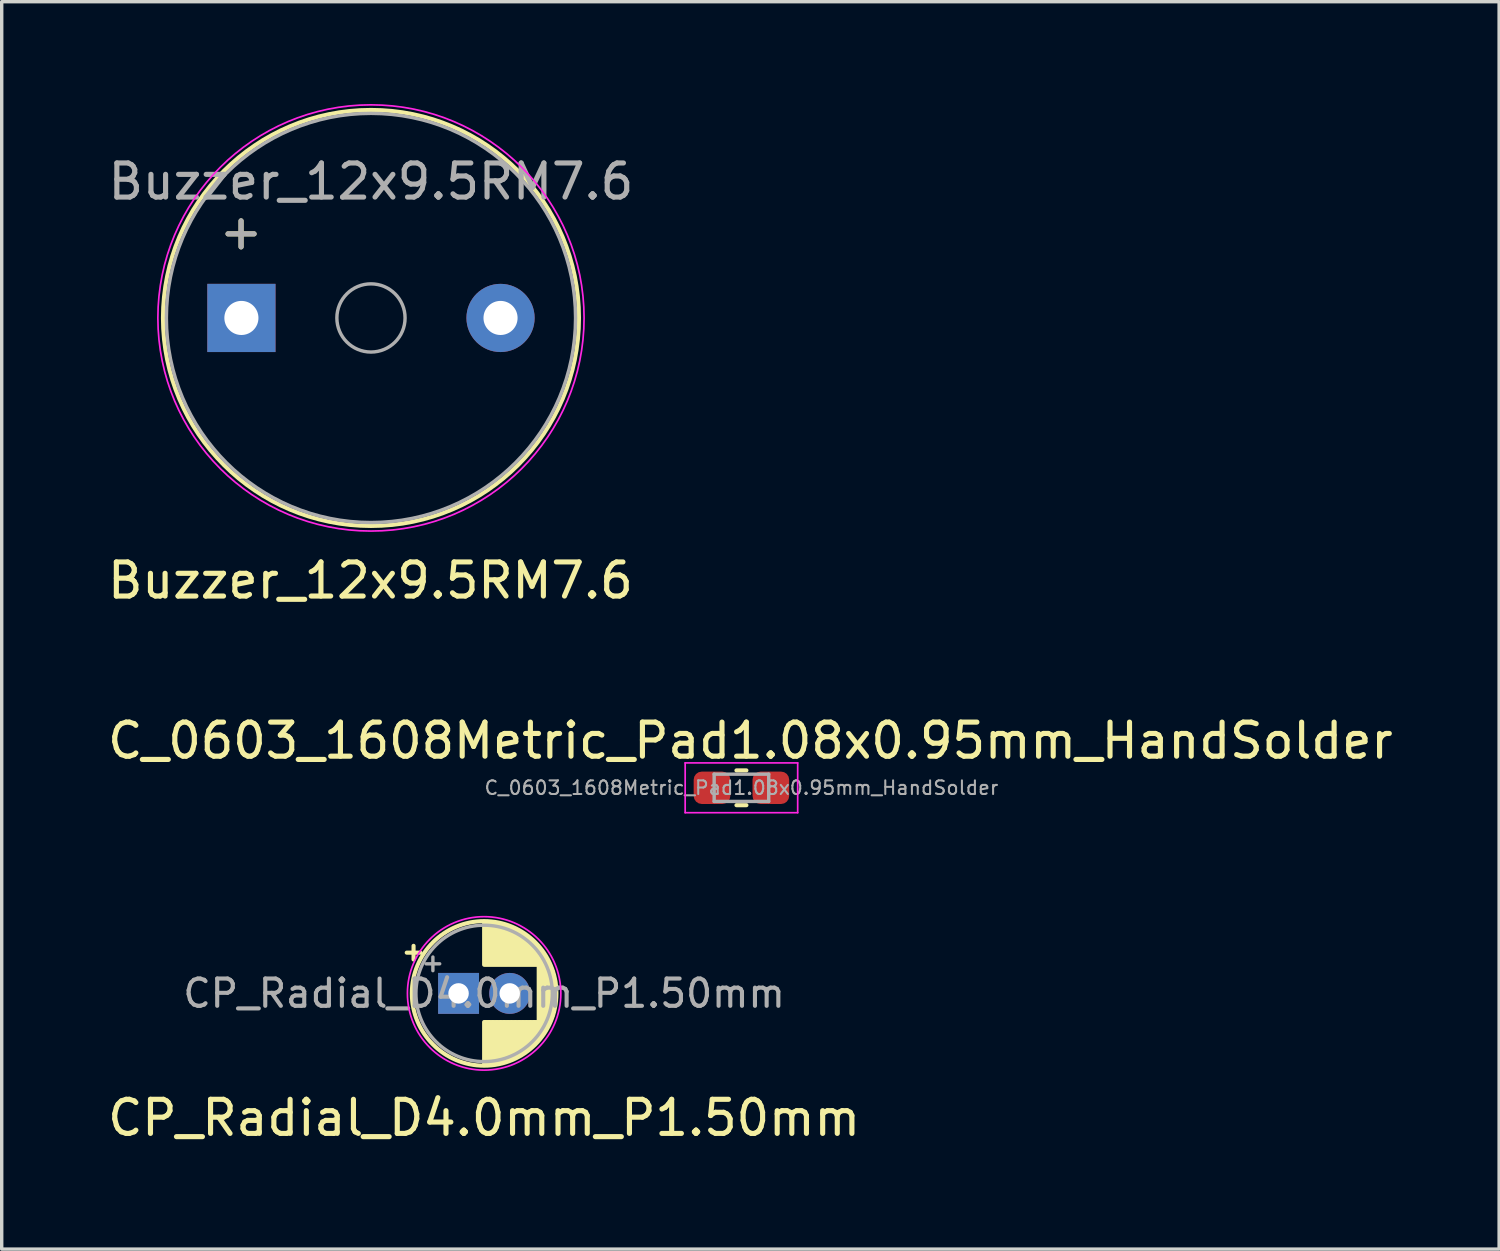
<source format=kicad_pcb>
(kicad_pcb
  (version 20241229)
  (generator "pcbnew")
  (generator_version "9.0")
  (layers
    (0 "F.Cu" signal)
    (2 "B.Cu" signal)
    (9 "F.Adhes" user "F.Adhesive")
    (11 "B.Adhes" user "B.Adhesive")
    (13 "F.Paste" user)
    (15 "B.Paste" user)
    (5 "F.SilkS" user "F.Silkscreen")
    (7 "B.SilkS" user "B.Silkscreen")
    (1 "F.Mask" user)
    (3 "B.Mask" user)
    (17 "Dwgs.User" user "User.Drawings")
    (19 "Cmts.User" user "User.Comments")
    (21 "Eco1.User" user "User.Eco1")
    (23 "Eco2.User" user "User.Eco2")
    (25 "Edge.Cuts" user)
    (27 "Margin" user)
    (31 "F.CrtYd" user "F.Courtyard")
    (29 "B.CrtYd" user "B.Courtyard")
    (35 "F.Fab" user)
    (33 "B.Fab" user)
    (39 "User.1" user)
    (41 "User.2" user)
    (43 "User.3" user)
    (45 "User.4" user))
  (footprint "CP_Radial_D4.0mm_P1.50mm"
    (layer "F.Cu")
    (at 10.399 26.085)
    (property "Reference" "CP_Radial_D4.0mm_P1.50mm" (at 0.75 3.651 180) (layer "F.SilkS") (effects (font (size 1 1) (thickness 0.15))))
    (attr through_hole)
    (fp_line (start -1.52 -1.195) (end -1.12 -1.195) (stroke (width 0.12) (type solid)) (layer "F.SilkS"))
    (fp_line (start -1.32 -1.395) (end -1.32 -0.995) (stroke (width 0.12) (type solid)) (layer "F.SilkS"))
    (fp_line (start 0.75 -2.08) (end 0.75 -0.84) (stroke (width 0.12) (type solid)) (layer "F.SilkS"))
    (fp_line (start 0.75 0.84) (end 0.75 2.08) (stroke (width 0.12) (type solid)) (layer "F.SilkS"))
    (fp_line (start 0.79 -2.08) (end 0.79 -0.84) (stroke (width 0.12) (type solid)) (layer "F.SilkS"))
    (fp_line (start 0.79 0.84) (end 0.79 2.08) (stroke (width 0.12) (type solid)) (layer "F.SilkS"))
    (fp_line (start 0.83 -2.079) (end 0.83 -0.84) (stroke (width 0.12) (type solid)) (layer "F.SilkS"))
    (fp_line (start 0.83 0.84) (end 0.83 2.079) (stroke (width 0.12) (type solid)) (layer "F.SilkS"))
    (fp_line (start 0.87 -2.077) (end 0.87 -0.84) (stroke (width 0.12) (type solid)) (layer "F.SilkS"))
    (fp_line (start 0.87 0.84) (end 0.87 2.077) (stroke (width 0.12) (type solid)) (layer "F.SilkS"))
    (fp_line (start 0.91 -2.074) (end 0.91 -0.84) (stroke (width 0.12) (type solid)) (layer "F.SilkS"))
    (fp_line (start 0.91 0.84) (end 0.91 2.074) (stroke (width 0.12) (type solid)) (layer "F.SilkS"))
    (fp_line (start 0.95 -2.071) (end 0.95 -0.84) (stroke (width 0.12) (type solid)) (layer "F.SilkS"))
    (fp_line (start 0.95 0.84) (end 0.95 2.071) (stroke (width 0.12) (type solid)) (layer "F.SilkS"))
    (fp_line (start 0.99 -2.067) (end 0.99 -0.84) (stroke (width 0.12) (type solid)) (layer "F.SilkS"))
    (fp_line (start 0.99 0.84) (end 0.99 2.067) (stroke (width 0.12) (type solid)) (layer "F.SilkS"))
    (fp_line (start 1.03 -2.062) (end 1.03 -0.84) (stroke (width 0.12) (type solid)) (layer "F.SilkS"))
    (fp_line (start 1.03 0.84) (end 1.03 2.062) (stroke (width 0.12) (type solid)) (layer "F.SilkS"))
    (fp_line (start 1.07 -2.056) (end 1.07 -0.84) (stroke (width 0.12) (type solid)) (layer "F.SilkS"))
    (fp_line (start 1.07 0.84) (end 1.07 2.056) (stroke (width 0.12) (type solid)) (layer "F.SilkS"))
    (fp_line (start 1.11 -2.05) (end 1.11 -0.84) (stroke (width 0.12) (type solid)) (layer "F.SilkS"))
    (fp_line (start 1.11 0.84) (end 1.11 2.05) (stroke (width 0.12) (type solid)) (layer "F.SilkS"))
    (fp_line (start 1.15 -2.042) (end 1.15 -0.84) (stroke (width 0.12) (type solid)) (layer "F.SilkS"))
    (fp_line (start 1.15 0.84) (end 1.15 2.042) (stroke (width 0.12) (type solid)) (layer "F.SilkS"))
    (fp_line (start 1.19 -2.034) (end 1.19 -0.84) (stroke (width 0.12) (type solid)) (layer "F.SilkS"))
    (fp_line (start 1.19 0.84) (end 1.19 2.034) (stroke (width 0.12) (type solid)) (layer "F.SilkS"))
    (fp_line (start 1.23 -2.025) (end 1.23 -0.84) (stroke (width 0.12) (type solid)) (layer "F.SilkS"))
    (fp_line (start 1.23 0.84) (end 1.23 2.025) (stroke (width 0.12) (type solid)) (layer "F.SilkS"))
    (fp_line (start 1.27 -2.016) (end 1.27 -0.84) (stroke (width 0.12) (type solid)) (layer "F.SilkS"))
    (fp_line (start 1.27 0.84) (end 1.27 2.016) (stroke (width 0.12) (type solid)) (layer "F.SilkS"))
    (fp_line (start 1.31 -2.005) (end 1.31 -0.84) (stroke (width 0.12) (type solid)) (layer "F.SilkS"))
    (fp_line (start 1.31 0.84) (end 1.31 2.005) (stroke (width 0.12) (type solid)) (layer "F.SilkS"))
    (fp_line (start 1.35 -1.994) (end 1.35 -0.84) (stroke (width 0.12) (type solid)) (layer "F.SilkS"))
    (fp_line (start 1.35 0.84) (end 1.35 1.994) (stroke (width 0.12) (type solid)) (layer "F.SilkS"))
    (fp_line (start 1.39 -1.982) (end 1.39 -0.84) (stroke (width 0.12) (type solid)) (layer "F.SilkS"))
    (fp_line (start 1.39 0.84) (end 1.39 1.982) (stroke (width 0.12) (type solid)) (layer "F.SilkS"))
    (fp_line (start 1.43 -1.968) (end 1.43 -0.84) (stroke (width 0.12) (type solid)) (layer "F.SilkS"))
    (fp_line (start 1.43 0.84) (end 1.43 1.968) (stroke (width 0.12) (type solid)) (layer "F.SilkS"))
    (fp_line (start 1.471 -1.954) (end 1.471 -0.84) (stroke (width 0.12) (type solid)) (layer "F.SilkS"))
    (fp_line (start 1.471 0.84) (end 1.471 1.954) (stroke (width 0.12) (type solid)) (layer "F.SilkS"))
    (fp_line (start 1.511 -1.94) (end 1.511 -0.84) (stroke (width 0.12) (type solid)) (layer "F.SilkS"))
    (fp_line (start 1.511 0.84) (end 1.511 1.94) (stroke (width 0.12) (type solid)) (layer "F.SilkS"))
    (fp_line (start 1.551 -1.924) (end 1.551 -0.84) (stroke (width 0.12) (type solid)) (layer "F.SilkS"))
    (fp_line (start 1.551 0.84) (end 1.551 1.924) (stroke (width 0.12) (type solid)) (layer "F.SilkS"))
    (fp_line (start 1.591 -1.907) (end 1.591 -0.84) (stroke (width 0.12) (type solid)) (layer "F.SilkS"))
    (fp_line (start 1.591 0.84) (end 1.591 1.907) (stroke (width 0.12) (type solid)) (layer "F.SilkS"))
    (fp_line (start 1.631 -1.889) (end 1.631 -0.84) (stroke (width 0.12) (type solid)) (layer "F.SilkS"))
    (fp_line (start 1.631 0.84) (end 1.631 1.889) (stroke (width 0.12) (type solid)) (layer "F.SilkS"))
    (fp_line (start 1.671 -1.87) (end 1.671 -0.84) (stroke (width 0.12) (type solid)) (layer "F.SilkS"))
    (fp_line (start 1.671 0.84) (end 1.671 1.87) (stroke (width 0.12) (type solid)) (layer "F.SilkS"))
    (fp_line (start 1.711 -1.851) (end 1.711 -0.84) (stroke (width 0.12) (type solid)) (layer "F.SilkS"))
    (fp_line (start 1.711 0.84) (end 1.711 1.851) (stroke (width 0.12) (type solid)) (layer "F.SilkS"))
    (fp_line (start 1.751 -1.83) (end 1.751 -0.84) (stroke (width 0.12) (type solid)) (layer "F.SilkS"))
    (fp_line (start 1.751 0.84) (end 1.751 1.83) (stroke (width 0.12) (type solid)) (layer "F.SilkS"))
    (fp_line (start 1.791 -1.808) (end 1.791 -0.84) (stroke (width 0.12) (type solid)) (layer "F.SilkS"))
    (fp_line (start 1.791 0.84) (end 1.791 1.808) (stroke (width 0.12) (type solid)) (layer "F.SilkS"))
    (fp_line (start 1.831 -1.785) (end 1.831 -0.84) (stroke (width 0.12) (type solid)) (layer "F.SilkS"))
    (fp_line (start 1.831 0.84) (end 1.831 1.785) (stroke (width 0.12) (type solid)) (layer "F.SilkS"))
    (fp_line (start 1.871 -1.76) (end 1.871 -0.84) (stroke (width 0.12) (type solid)) (layer "F.SilkS"))
    (fp_line (start 1.871 0.84) (end 1.871 1.76) (stroke (width 0.12) (type solid)) (layer "F.SilkS"))
    (fp_line (start 1.911 -1.735) (end 1.911 -0.84) (stroke (width 0.12) (type solid)) (layer "F.SilkS"))
    (fp_line (start 1.911 0.84) (end 1.911 1.735) (stroke (width 0.12) (type solid)) (layer "F.SilkS"))
    (fp_line (start 1.951 -1.708) (end 1.951 -0.84) (stroke (width 0.12) (type solid)) (layer "F.SilkS"))
    (fp_line (start 1.951 0.84) (end 1.951 1.708) (stroke (width 0.12) (type solid)) (layer "F.SilkS"))
    (fp_line (start 1.991 -1.68) (end 1.991 -0.84) (stroke (width 0.12) (type solid)) (layer "F.SilkS"))
    (fp_line (start 1.991 0.84) (end 1.991 1.68) (stroke (width 0.12) (type solid)) (layer "F.SilkS"))
    (fp_line (start 2.031 -1.65) (end 2.031 -0.84) (stroke (width 0.12) (type solid)) (layer "F.SilkS"))
    (fp_line (start 2.031 0.84) (end 2.031 1.65) (stroke (width 0.12) (type solid)) (layer "F.SilkS"))
    (fp_line (start 2.071 -1.619) (end 2.071 -0.84) (stroke (width 0.12) (type solid)) (layer "F.SilkS"))
    (fp_line (start 2.071 0.84) (end 2.071 1.619) (stroke (width 0.12) (type solid)) (layer "F.SilkS"))
    (fp_line (start 2.111 -1.587) (end 2.111 -0.84) (stroke (width 0.12) (type solid)) (layer "F.SilkS"))
    (fp_line (start 2.111 0.84) (end 2.111 1.587) (stroke (width 0.12) (type solid)) (layer "F.SilkS"))
    (fp_line (start 2.151 -1.552) (end 2.151 -0.84) (stroke (width 0.12) (type solid)) (layer "F.SilkS"))
    (fp_line (start 2.151 0.84) (end 2.151 1.552) (stroke (width 0.12) (type solid)) (layer "F.SilkS"))
    (fp_line (start 2.191 -1.516) (end 2.191 -0.84) (stroke (width 0.12) (type solid)) (layer "F.SilkS"))
    (fp_line (start 2.191 0.84) (end 2.191 1.516) (stroke (width 0.12) (type solid)) (layer "F.SilkS"))
    (fp_line (start 2.231 -1.478) (end 2.231 -0.84) (stroke (width 0.12) (type solid)) (layer "F.SilkS"))
    (fp_line (start 2.231 0.84) (end 2.231 1.478) (stroke (width 0.12) (type solid)) (layer "F.SilkS"))
    (fp_line (start 2.271 -1.438) (end 2.271 -0.84) (stroke (width 0.12) (type solid)) (layer "F.SilkS"))
    (fp_line (start 2.271 0.84) (end 2.271 1.438) (stroke (width 0.12) (type solid)) (layer "F.SilkS"))
    (fp_line (start 2.311 -1.396) (end 2.311 -0.84) (stroke (width 0.12) (type solid)) (layer "F.SilkS"))
    (fp_line (start 2.311 0.84) (end 2.311 1.396) (stroke (width 0.12) (type solid)) (layer "F.SilkS"))
    (fp_line (start 2.351 -1.351) (end 2.351 1.351) (stroke (width 0.12) (type solid)) (layer "F.SilkS"))
    (fp_line (start 2.391 -1.304) (end 2.391 1.304) (stroke (width 0.12) (type solid)) (layer "F.SilkS"))
    (fp_line (start 2.431 -1.254) (end 2.431 1.254) (stroke (width 0.12) (type solid)) (layer "F.SilkS"))
    (fp_line (start 2.471 -1.2) (end 2.471 1.2) (stroke (width 0.12) (type solid)) (layer "F.SilkS"))
    (fp_line (start 2.511 -1.142) (end 2.511 1.142) (stroke (width 0.12) (type solid)) (layer "F.SilkS"))
    (fp_line (start 2.551 -1.08) (end 2.551 1.08) (stroke (width 0.12) (type solid)) (layer "F.SilkS"))
    (fp_line (start 2.591 -1.013) (end 2.591 1.013) (stroke (width 0.12) (type solid)) (layer "F.SilkS"))
    (fp_line (start 2.631 -0.94) (end 2.631 0.94) (stroke (width 0.12) (type solid)) (layer "F.SilkS"))
    (fp_line (start 2.671 -0.859) (end 2.671 0.859) (stroke (width 0.12) (type solid)) (layer "F.SilkS"))
    (fp_line (start 2.711 -0.768) (end 2.711 0.768) (stroke (width 0.12) (type solid)) (layer "F.SilkS"))
    (fp_line (start 2.751 -0.664) (end 2.751 0.664) (stroke (width 0.12) (type solid)) (layer "F.SilkS"))
    (fp_line (start 2.791 -0.537) (end 2.791 0.537) (stroke (width 0.12) (type solid)) (layer "F.SilkS"))
    (fp_line (start 2.831 -0.37) (end 2.831 0.37) (stroke (width 0.12) (type solid)) (layer "F.SilkS"))
    (fp_circle (center 0.75 0) (end 2.87 0) (stroke (width 0.12) (type solid)) (fill no) (layer "F.SilkS"))
    (fp_circle (center 0.75 0) (end 3 0) (stroke (width 0.05) (type solid)) (fill no) (layer "F.CrtYd"))
    (fp_line (start -0.953 -0.868) (end -0.553 -0.868) (stroke (width 0.1) (type solid)) (layer "F.Fab"))
    (fp_line (start -0.753 -1.067) (end -0.753 -0.667) (stroke (width 0.1) (type solid)) (layer "F.Fab"))
    (fp_circle (center 0.75 0) (end 2.75 0) (stroke (width 0.1) (type solid)) (fill no) (layer "F.Fab"))
    (fp_text user "${REFERENCE}" (at 0.75 0 180) (layer "F.Fab") (effects (font (size 0.8 0.8) (thickness 0.12))))
    (pad "1" thru_hole rect (at 0 0) (size 1.2 1.2) (drill 0.6) (layers "*.Cu" "*.Mask"))
    (pad "2" thru_hole circle (at 1.5 0) (size 1.2 1.2) (drill 0.6) (layers "*.Cu" "*.Mask")))
  (footprint "Buzzer_12x9.5RM7.6"
    (layer "F.Cu")
    (at 4.03 6.275)
    (property "Reference" "Buzzer_12x9.5RM7.6" (at 3.785 7.701 180) (layer "F.SilkS") (effects (font (size 1 1) (thickness 0.15))))
    (attr through_hole)
    (fp_circle (center 3.8 0) (end 9.9 0) (stroke (width 0.12) (type solid)) (fill no) (layer "F.SilkS"))
    (fp_circle (center 3.8 0) (end 10.05 0) (stroke (width 0.05) (type solid)) (fill no) (layer "F.CrtYd"))
    (fp_circle (center 3.8 0) (end 4.8 0) (stroke (width 0.1) (type solid)) (fill no) (layer "F.Fab"))
    (fp_circle (center 3.8 0) (end 9.8 0) (stroke (width 0.1) (type solid)) (fill no) (layer "F.Fab"))
    (fp_text user "+" (at -0.01 -2.54 180) (layer "F.SilkS") (effects (font (size 1 1) (thickness 0.15))))
    (fp_text user "+" (at -0.01 -2.54 180) (layer "F.Fab") (effects (font (size 1 1) (thickness 0.15))))
    (fp_text user "${REFERENCE}" (at 3.8 -4 180) (layer "F.Fab") (effects (font (size 1 1) (thickness 0.15))))
    (pad "1" thru_hole rect (at 0 0) (size 2 2) (drill 1) (layers "*.Cu" "*.Mask"))
    (pad "2" thru_hole circle (at 7.6 0) (size 2 2) (drill 1) (layers "*.Cu" "*.Mask")))
  (footprint "C_0603_1608Metric_Pad1.08x0.95mm_HandSolder"
    (layer "F.Cu")
    (at 18.695 20.055)
    (property "Reference" "C_0603_1608Metric_Pad1.08x0.95mm_HandSolder" (at 0.263 -1.382 0) (layer "F.SilkS") (effects (font (size 1 1) (thickness 0.15))))
    (attr smd)
    (fp_line (start -0.146 -0.51) (end 0.146 -0.51) (stroke (width 0.12) (type solid)) (layer "F.SilkS"))
    (fp_line (start -0.146 0.51) (end 0.146 0.51) (stroke (width 0.12) (type solid)) (layer "F.SilkS"))
    (fp_line (start -1.65 -0.73) (end 1.65 -0.73) (stroke (width 0.05) (type solid)) (layer "F.CrtYd"))
    (fp_line (start -1.65 0.73) (end -1.65 -0.73) (stroke (width 0.05) (type solid)) (layer "F.CrtYd"))
    (fp_line (start 1.65 -0.73) (end 1.65 0.73) (stroke (width 0.05) (type solid)) (layer "F.CrtYd"))
    (fp_line (start 1.65 0.73) (end -1.65 0.73) (stroke (width 0.05) (type solid)) (layer "F.CrtYd"))
    (fp_line (start -0.8 -0.4) (end 0.8 -0.4) (stroke (width 0.1) (type solid)) (layer "F.Fab"))
    (fp_line (start -0.8 0.4) (end -0.8 -0.4) (stroke (width 0.1) (type solid)) (layer "F.Fab"))
    (fp_line (start 0.8 -0.4) (end 0.8 0.4) (stroke (width 0.1) (type solid)) (layer "F.Fab"))
    (fp_line (start 0.8 0.4) (end -0.8 0.4) (stroke (width 0.1) (type solid)) (layer "F.Fab"))
    (fp_text user "${REFERENCE}" (at 0 0 0) (layer "F.Fab") (effects (font (size 0.4 0.4) (thickness 0.06))))
    (pad "1" smd roundrect (at -0.863 0) (size 1.075 0.95) (layers "F.Cu" "F.Mask" "F.Paste") (roundrect_rratio 0.25))
    (pad "2" smd roundrect (at 0.863 0) (size 1.075 0.95) (layers "F.Cu" "F.Mask" "F.Paste") (roundrect_rratio 0.25)))
  (gr_rect
    (start -3 -3)
    (end 40.917 33.584)
    (stroke (width 0.1) (type default))
    (fill no)
    (layer "Edge.Cuts")))
</source>
